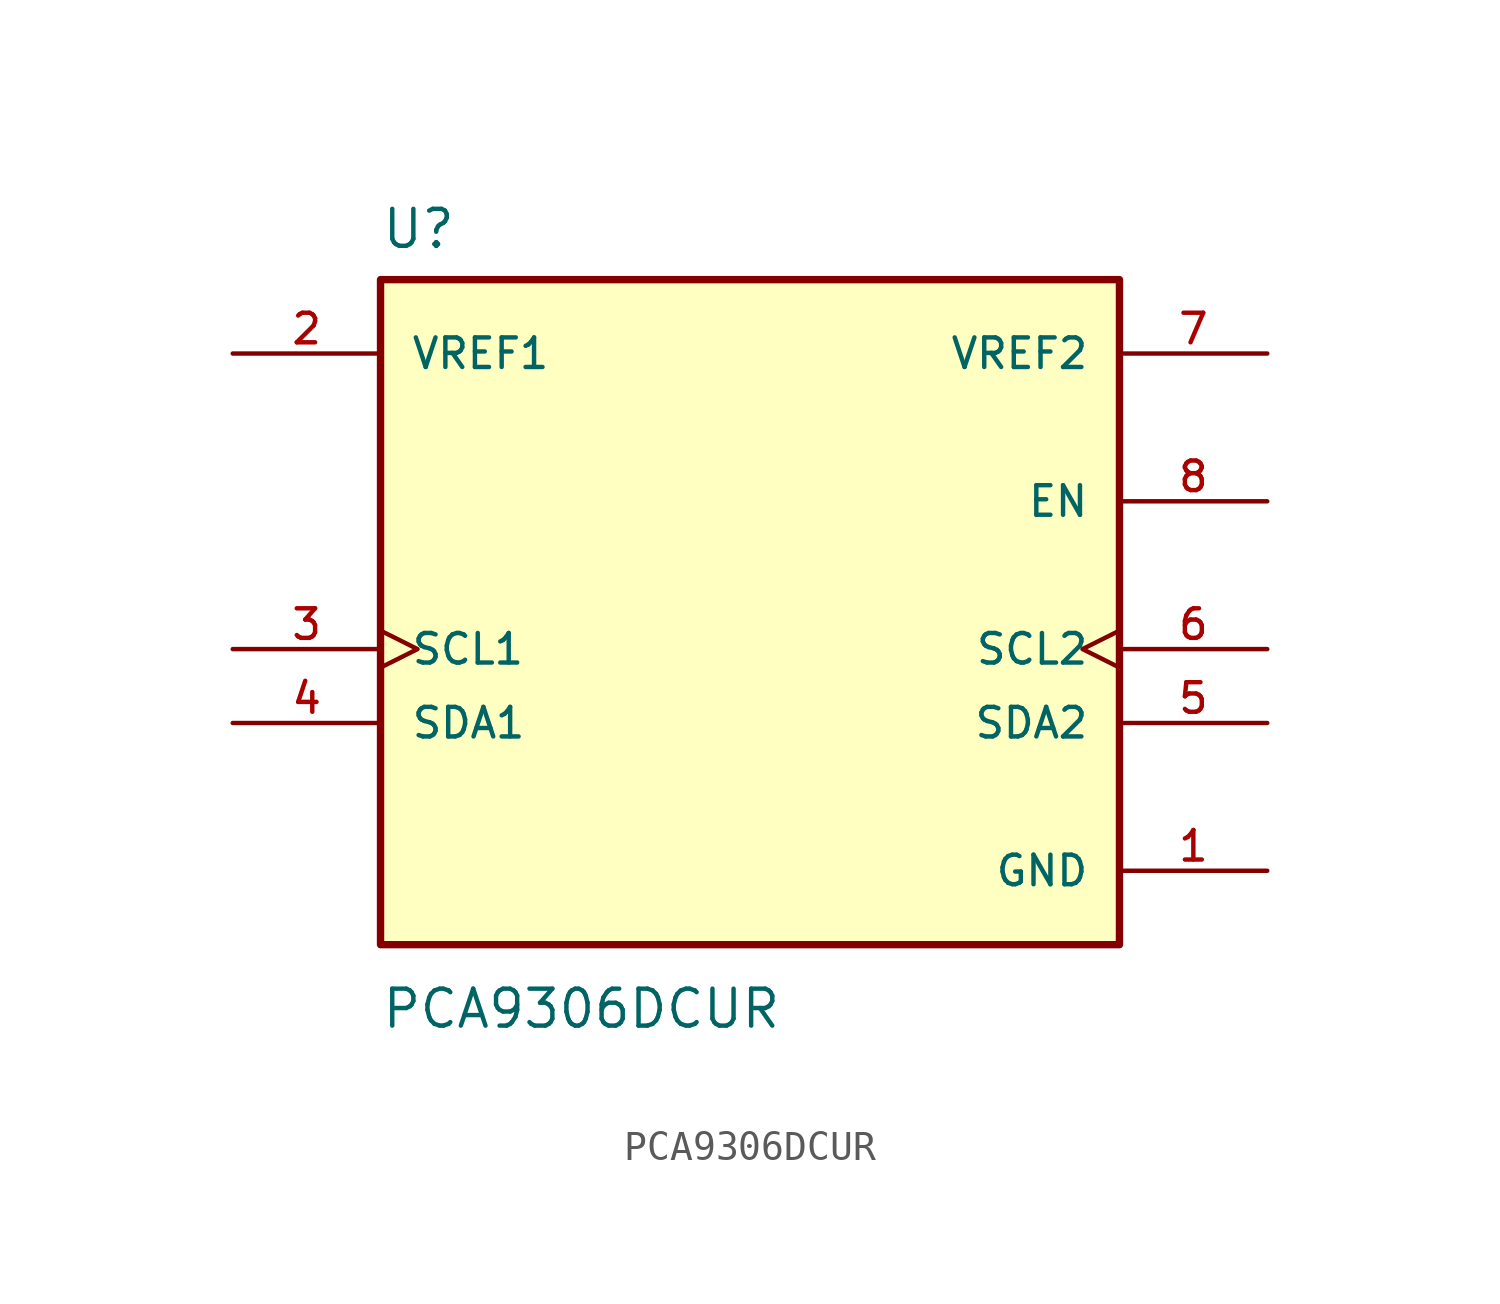
<source format=kicad_sym>
(kicad_symbol_lib
  (version 20211014)
  (generator kicad_symbol_editor)
  (symbol "PCA9306DCUR"
    (pin_names
      (offset 1.016))
    (property "Reference" "U"
      (at -12.7 11.16 0.0)
      (effects (font (size 1.27 1.27)) (justify bottom left)))
    (property "Value" "PCA9306DCUR"
      (at -12.7 -14.16 0.0)
      (effects (font (size 1.27 1.27)) (justify top left)))
    (symbol "PCA9306DCUR_0_0"
      (rectangle (start -12.7 -12.7) (end 12.7 10.16) (stroke (width 0.254)) (fill (type background)))
      (pin bidirectional clock (at -17.78 -2.54 0) (length 5.08) (name "SCL1" (effects (font (size 1.016 1.016)))) (number "3" (effects (font (size 1.016 1.016)))))
      (pin bidirectional clock (at 17.78 -2.54 180.0) (length 5.08) (name "SCL2" (effects (font (size 1.016 1.016)))) (number "6" (effects (font (size 1.016 1.016)))))
      (pin power_in line (at -17.78 7.62 0) (length 5.08) (name "VREF1" (effects (font (size 1.016 1.016)))) (number "2" (effects (font (size 1.016 1.016)))))
      (pin power_in line (at 17.78 7.62 180.0) (length 5.08) (name "VREF2" (effects (font (size 1.016 1.016)))) (number "7" (effects (font (size 1.016 1.016)))))
      (pin input line (at 17.78 2.54 180.0) (length 5.08) (name "EN" (effects (font (size 1.016 1.016)))) (number "8" (effects (font (size 1.016 1.016)))))
      (pin bidirectional line (at -17.78 -5.08 0) (length 5.08) (name "SDA1" (effects (font (size 1.016 1.016)))) (number "4" (effects (font (size 1.016 1.016)))))
      (pin bidirectional line (at 17.78 -5.08 180.0) (length 5.08) (name "SDA2" (effects (font (size 1.016 1.016)))) (number "5" (effects (font (size 1.016 1.016)))))
      (pin power_in line (at 17.78 -10.16 180.0) (length 5.08) (name "GND" (effects (font (size 1.016 1.016)))) (number "1" (effects (font (size 1.016 1.016))))))))
</source>
